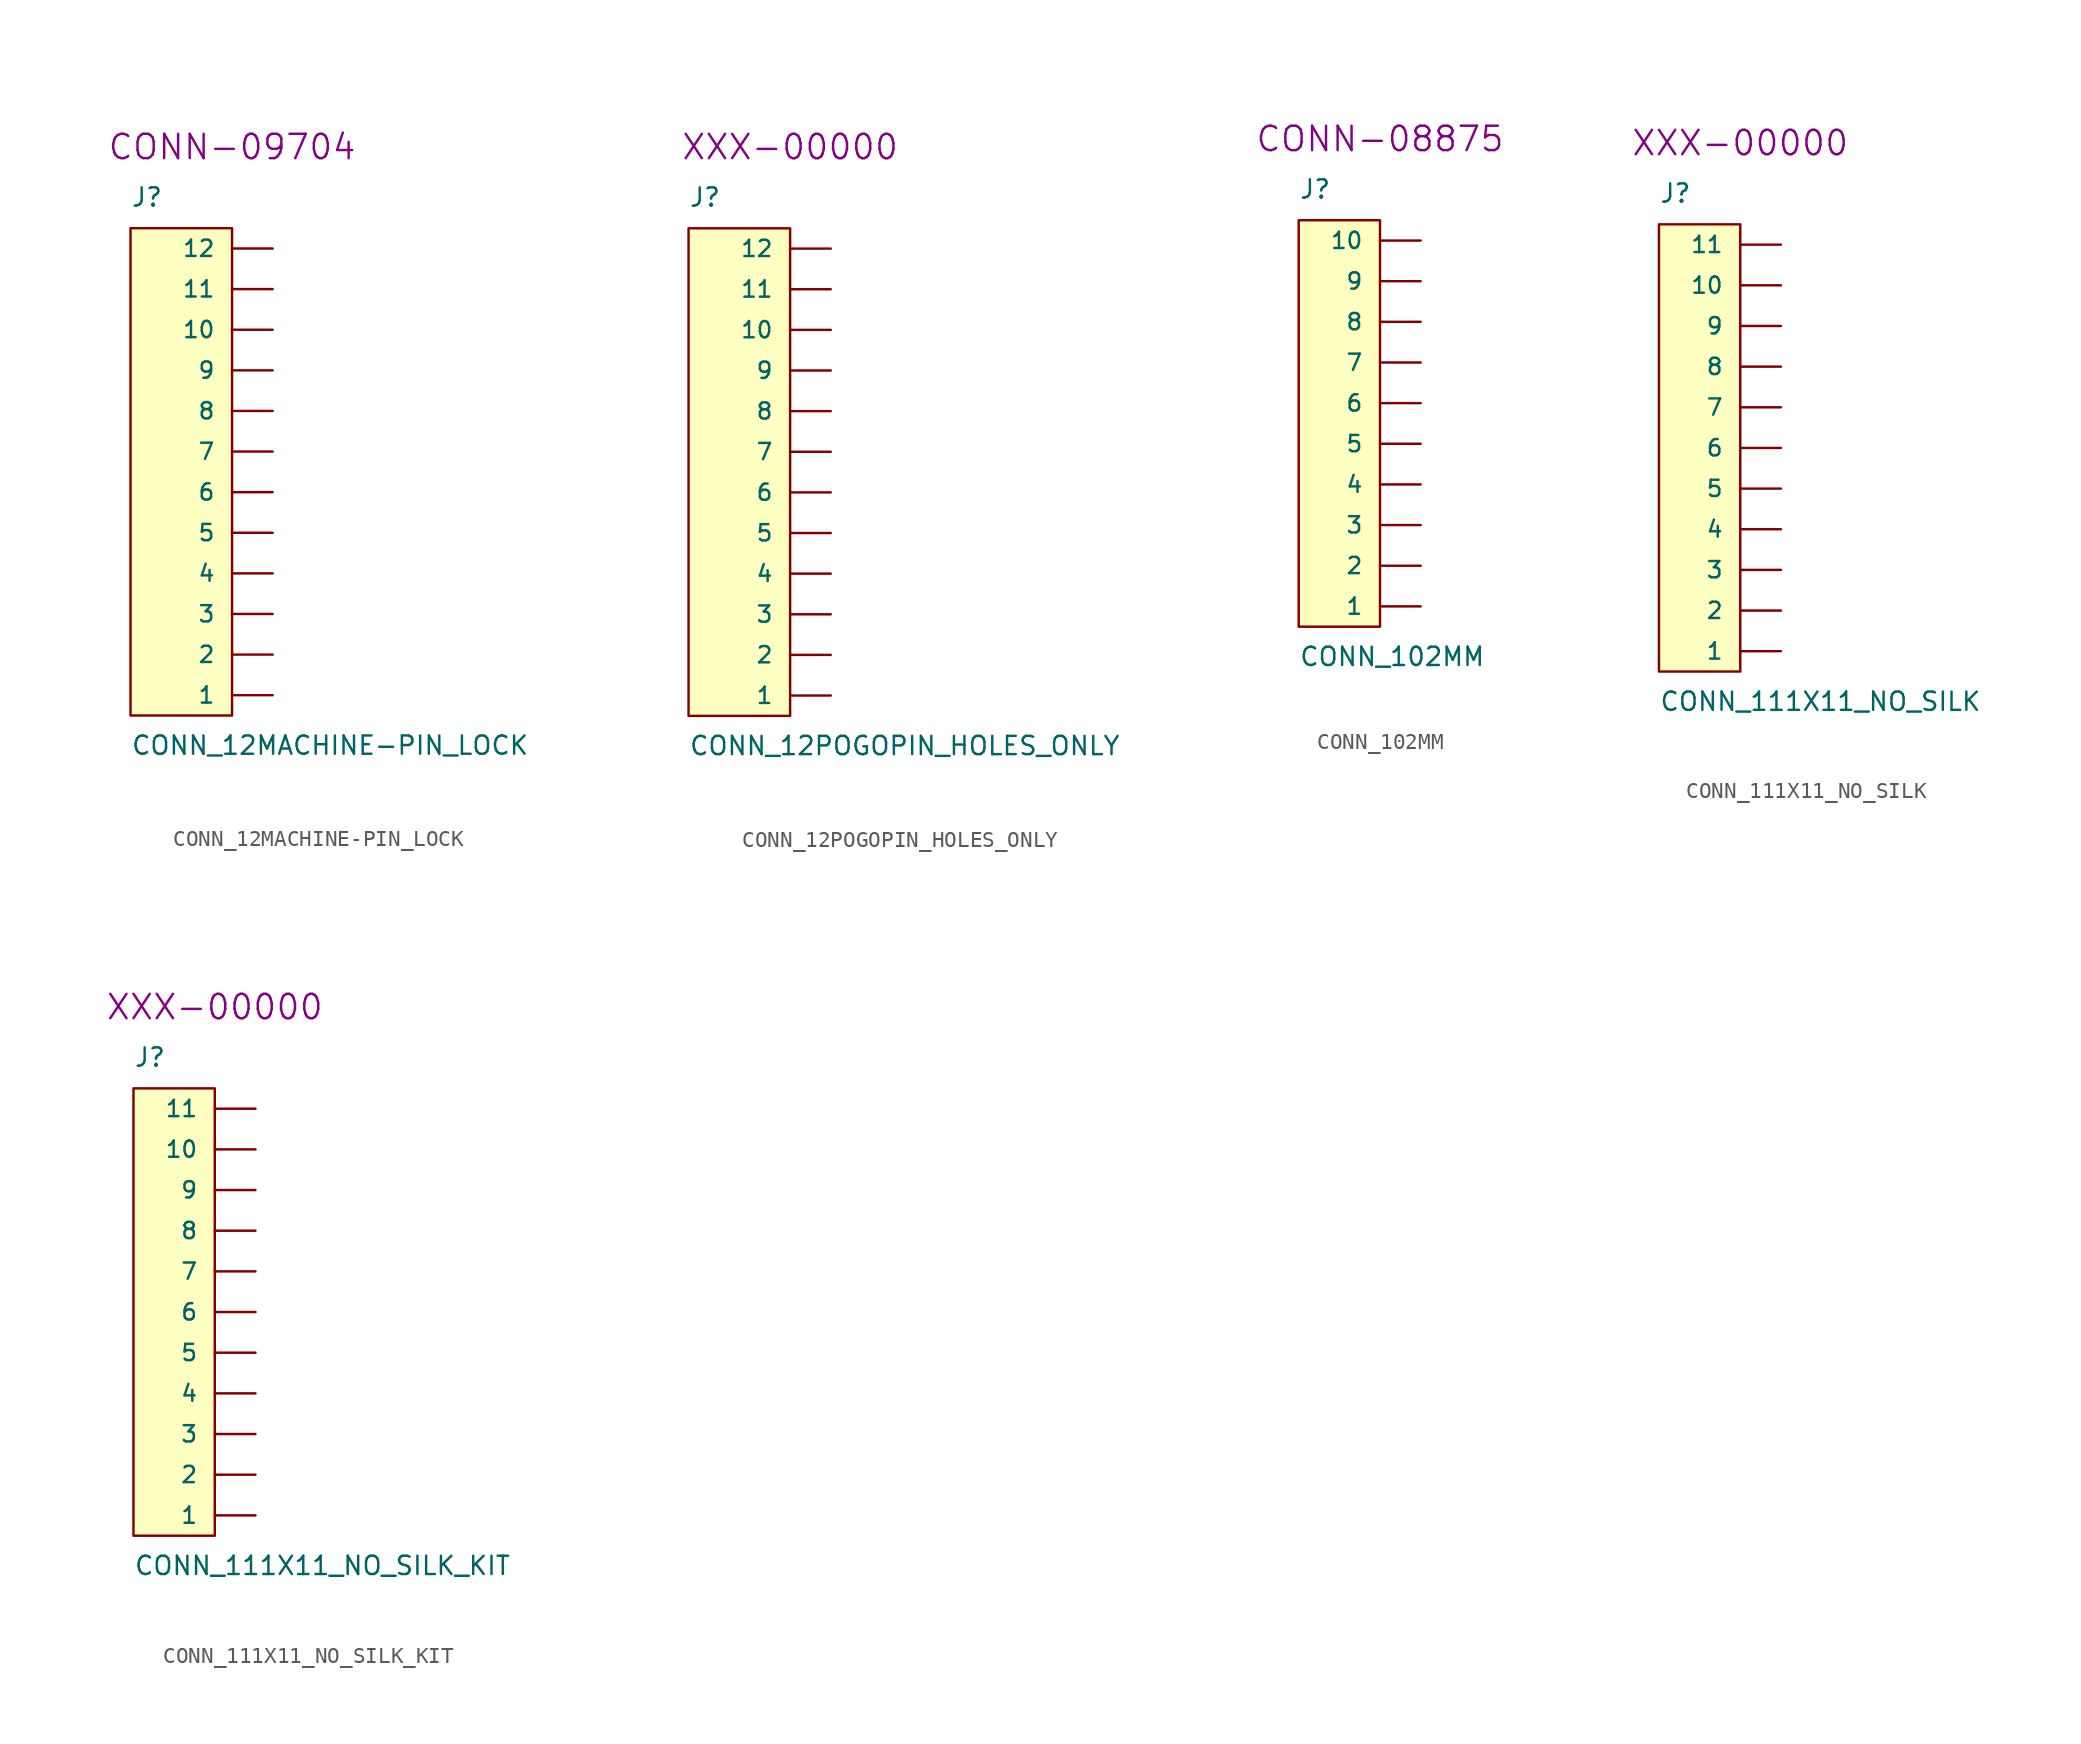
<source format=kicad_sym>
(kicad_symbol_lib
  (version 20201005)
  (generator kicad_symbol_editor)
  (symbol "CONN_12MACHINE-PIN_LOCK"
    (pin_numbers hide)
    (pin_names
      (offset 1.016))
    (property "Reference" "J"
      (at -6.35 30.48 0)
      (effects (font (size 1.143 1.143)) (justify left bottom)))
    (property "Value" "CONN_12MACHINE-PIN_LOCK"
      (at -6.35 -3.81 0)
      (effects (font (size 1.143 1.143)) (justify left bottom)))
    (property "Field4" "CONN-09704"
      (at 0 34.29 0)
      (effects (font (size 1.524 1.524))))
    (property "ki_locked" ""
      (at 0 0 0)
      (effects (font (size 1.27 1.27))))
    (symbol "CONN_12MACHINE-PIN_LOCK_0_1"
      (rectangle (start 0 -1.27) (end -6.35 29.21) (stroke (width 0)) (fill (type background))))
    (symbol "CONN_12MACHINE-PIN_LOCK_1_1"
      (pin passive line (at 2.54 0 180) (length 2.54) (name "1" (effects (font (size 1.016 1.016)))) (number "1" (effects (font (size 1.016 1.016)))))
      (pin passive line (at 2.54 2.54 180) (length 2.54) (name "2" (effects (font (size 1.016 1.016)))) (number "2" (effects (font (size 1.016 1.016)))))
      (pin passive line (at 2.54 5.08 180) (length 2.54) (name "3" (effects (font (size 1.016 1.016)))) (number "3" (effects (font (size 1.016 1.016)))))
      (pin passive line (at 2.54 7.62 180) (length 2.54) (name "4" (effects (font (size 1.016 1.016)))) (number "4" (effects (font (size 1.016 1.016)))))
      (pin passive line (at 2.54 10.16 180) (length 2.54) (name "5" (effects (font (size 1.016 1.016)))) (number "5" (effects (font (size 1.016 1.016)))))
      (pin passive line (at 2.54 12.7 180) (length 2.54) (name "6" (effects (font (size 1.016 1.016)))) (number "6" (effects (font (size 1.016 1.016)))))
      (pin passive line (at 2.54 15.24 180) (length 2.54) (name "7" (effects (font (size 1.016 1.016)))) (number "7" (effects (font (size 1.016 1.016)))))
      (pin passive line (at 2.54 17.78 180) (length 2.54) (name "8" (effects (font (size 1.016 1.016)))) (number "8" (effects (font (size 1.016 1.016)))))
      (pin passive line (at 2.54 20.32 180) (length 2.54) (name "9" (effects (font (size 1.016 1.016)))) (number "9" (effects (font (size 1.016 1.016)))))
      (pin passive line (at 2.54 22.86 180) (length 2.54) (name "10" (effects (font (size 1.016 1.016)))) (number "10" (effects (font (size 1.016 1.016)))))
      (pin passive line (at 2.54 25.4 180) (length 2.54) (name "11" (effects (font (size 1.016 1.016)))) (number "11" (effects (font (size 1.016 1.016)))))
      (pin passive line (at 2.54 27.94 180) (length 2.54) (name "12" (effects (font (size 1.016 1.016)))) (number "12" (effects (font (size 1.016 1.016)))))))
  (symbol "CONN_12POGOPIN_HOLES_ONLY"
    (pin_numbers hide)
    (pin_names
      (offset 1.016))
    (property "Reference" "J"
      (at -6.35 30.48 0)
      (effects (font (size 1.143 1.143)) (justify left bottom)))
    (property "Value" "CONN_12POGOPIN_HOLES_ONLY"
      (at -6.35 -3.81 0)
      (effects (font (size 1.143 1.143)) (justify left bottom)))
    (property "Field4" "XXX-00000"
      (at 0 34.29 0)
      (effects (font (size 1.524 1.524))))
    (property "ki_locked" ""
      (at 0 0 0)
      (effects (font (size 1.27 1.27))))
    (symbol "CONN_12POGOPIN_HOLES_ONLY_0_1"
      (rectangle (start 0 -1.27) (end -6.35 29.21) (stroke (width 0)) (fill (type background))))
    (symbol "CONN_12POGOPIN_HOLES_ONLY_1_1"
      (pin passive line (at 2.54 0 180) (length 2.54) (name "1" (effects (font (size 1.016 1.016)))) (number "1" (effects (font (size 1.016 1.016)))))
      (pin passive line (at 2.54 2.54 180) (length 2.54) (name "2" (effects (font (size 1.016 1.016)))) (number "2" (effects (font (size 1.016 1.016)))))
      (pin passive line (at 2.54 5.08 180) (length 2.54) (name "3" (effects (font (size 1.016 1.016)))) (number "3" (effects (font (size 1.016 1.016)))))
      (pin passive line (at 2.54 7.62 180) (length 2.54) (name "4" (effects (font (size 1.016 1.016)))) (number "4" (effects (font (size 1.016 1.016)))))
      (pin passive line (at 2.54 10.16 180) (length 2.54) (name "5" (effects (font (size 1.016 1.016)))) (number "5" (effects (font (size 1.016 1.016)))))
      (pin passive line (at 2.54 12.7 180) (length 2.54) (name "6" (effects (font (size 1.016 1.016)))) (number "6" (effects (font (size 1.016 1.016)))))
      (pin passive line (at 2.54 15.24 180) (length 2.54) (name "7" (effects (font (size 1.016 1.016)))) (number "7" (effects (font (size 1.016 1.016)))))
      (pin passive line (at 2.54 17.78 180) (length 2.54) (name "8" (effects (font (size 1.016 1.016)))) (number "8" (effects (font (size 1.016 1.016)))))
      (pin passive line (at 2.54 20.32 180) (length 2.54) (name "9" (effects (font (size 1.016 1.016)))) (number "9" (effects (font (size 1.016 1.016)))))
      (pin passive line (at 2.54 22.86 180) (length 2.54) (name "10" (effects (font (size 1.016 1.016)))) (number "10" (effects (font (size 1.016 1.016)))))
      (pin passive line (at 2.54 25.4 180) (length 2.54) (name "11" (effects (font (size 1.016 1.016)))) (number "11" (effects (font (size 1.016 1.016)))))
      (pin passive line (at 2.54 27.94 180) (length 2.54) (name "12" (effects (font (size 1.016 1.016)))) (number "12" (effects (font (size 1.016 1.016)))))))
  (symbol "CONN_102MM"
    (pin_numbers hide)
    (pin_names
      (offset 1.016))
    (property "Reference" "J"
      (at -5.08 25.4 0)
      (effects (font (size 1.143 1.143)) (justify left bottom)))
    (property "Value" "CONN_102MM"
      (at -5.08 -3.81 0)
      (effects (font (size 1.143 1.143)) (justify left bottom)))
    (property "Field4" "CONN-08875"
      (at 0 29.21 0)
      (effects (font (size 1.524 1.524))))
    (property "ki_locked" ""
      (at 0 0 0)
      (effects (font (size 1.27 1.27))))
    (symbol "CONN_102MM_0_1"
      (rectangle (start 0 -1.27) (end -5.08 24.13) (stroke (width 0)) (fill (type background))))
    (symbol "CONN_102MM_1_1"
      (pin passive line (at 2.54 0 180) (length 2.54) (name "1" (effects (font (size 1.016 1.016)))) (number "1" (effects (font (size 1.016 1.016)))))
      (pin passive line (at 2.54 2.54 180) (length 2.54) (name "2" (effects (font (size 1.016 1.016)))) (number "2" (effects (font (size 1.016 1.016)))))
      (pin passive line (at 2.54 5.08 180) (length 2.54) (name "3" (effects (font (size 1.016 1.016)))) (number "3" (effects (font (size 1.016 1.016)))))
      (pin passive line (at 2.54 7.62 180) (length 2.54) (name "4" (effects (font (size 1.016 1.016)))) (number "4" (effects (font (size 1.016 1.016)))))
      (pin passive line (at 2.54 10.16 180) (length 2.54) (name "5" (effects (font (size 1.016 1.016)))) (number "5" (effects (font (size 1.016 1.016)))))
      (pin passive line (at 2.54 12.7 180) (length 2.54) (name "6" (effects (font (size 1.016 1.016)))) (number "6" (effects (font (size 1.016 1.016)))))
      (pin passive line (at 2.54 15.24 180) (length 2.54) (name "7" (effects (font (size 1.016 1.016)))) (number "7" (effects (font (size 1.016 1.016)))))
      (pin passive line (at 2.54 17.78 180) (length 2.54) (name "8" (effects (font (size 1.016 1.016)))) (number "8" (effects (font (size 1.016 1.016)))))
      (pin passive line (at 2.54 20.32 180) (length 2.54) (name "9" (effects (font (size 1.016 1.016)))) (number "9" (effects (font (size 1.016 1.016)))))
      (pin passive line (at 2.54 22.86 180) (length 2.54) (name "10" (effects (font (size 1.016 1.016)))) (number "10" (effects (font (size 1.016 1.016)))))))
  (symbol "CONN_111X11_NO_SILK"
    (pin_numbers hide)
    (pin_names
      (offset 1.016))
    (property "Reference" "J"
      (at -5.08 27.94 0)
      (effects (font (size 1.143 1.143)) (justify left bottom)))
    (property "Value" "CONN_111X11_NO_SILK"
      (at -5.08 -3.81 0)
      (effects (font (size 1.143 1.143)) (justify left bottom)))
    (property "Field4" "XXX-00000"
      (at 0 31.75 0)
      (effects (font (size 1.524 1.524))))
    (property "ki_locked" ""
      (at 0 0 0)
      (effects (font (size 1.27 1.27))))
    (symbol "CONN_111X11_NO_SILK_0_1"
      (rectangle (start 0 -1.27) (end -5.08 26.67) (stroke (width 0)) (fill (type background))))
    (symbol "CONN_111X11_NO_SILK_1_1"
      (pin passive line (at 2.54 0 180) (length 2.54) (name "1" (effects (font (size 1.016 1.016)))) (number "1" (effects (font (size 1.016 1.016)))))
      (pin passive line (at 2.54 2.54 180) (length 2.54) (name "2" (effects (font (size 1.016 1.016)))) (number "2" (effects (font (size 1.016 1.016)))))
      (pin passive line (at 2.54 5.08 180) (length 2.54) (name "3" (effects (font (size 1.016 1.016)))) (number "3" (effects (font (size 1.016 1.016)))))
      (pin passive line (at 2.54 7.62 180) (length 2.54) (name "4" (effects (font (size 1.016 1.016)))) (number "4" (effects (font (size 1.016 1.016)))))
      (pin passive line (at 2.54 10.16 180) (length 2.54) (name "5" (effects (font (size 1.016 1.016)))) (number "5" (effects (font (size 1.016 1.016)))))
      (pin passive line (at 2.54 12.7 180) (length 2.54) (name "6" (effects (font (size 1.016 1.016)))) (number "6" (effects (font (size 1.016 1.016)))))
      (pin passive line (at 2.54 15.24 180) (length 2.54) (name "7" (effects (font (size 1.016 1.016)))) (number "7" (effects (font (size 1.016 1.016)))))
      (pin passive line (at 2.54 17.78 180) (length 2.54) (name "8" (effects (font (size 1.016 1.016)))) (number "8" (effects (font (size 1.016 1.016)))))
      (pin passive line (at 2.54 20.32 180) (length 2.54) (name "9" (effects (font (size 1.016 1.016)))) (number "9" (effects (font (size 1.016 1.016)))))
      (pin passive line (at 2.54 22.86 180) (length 2.54) (name "10" (effects (font (size 1.016 1.016)))) (number "10" (effects (font (size 1.016 1.016)))))
      (pin passive line (at 2.54 25.4 180) (length 2.54) (name "11" (effects (font (size 1.016 1.016)))) (number "11" (effects (font (size 1.016 1.016)))))))
  (symbol "CONN_111X11_NO_SILK_KIT"
    (pin_numbers hide)
    (pin_names
      (offset 1.016))
    (property "Reference" "J"
      (at -5.08 27.94 0)
      (effects (font (size 1.143 1.143)) (justify left bottom)))
    (property "Value" "CONN_111X11_NO_SILK_KIT"
      (at -5.08 -3.81 0)
      (effects (font (size 1.143 1.143)) (justify left bottom)))
    (property "Field4" "XXX-00000"
      (at 0 31.75 0)
      (effects (font (size 1.524 1.524))))
    (property "ki_locked" ""
      (at 0 0 0)
      (effects (font (size 1.27 1.27))))
    (symbol "CONN_111X11_NO_SILK_KIT_0_1"
      (rectangle (start 0 -1.27) (end -5.08 26.67) (stroke (width 0)) (fill (type background))))
    (symbol "CONN_111X11_NO_SILK_KIT_1_1"
      (pin passive line (at 2.54 0 180) (length 2.54) (name "1" (effects (font (size 1.016 1.016)))) (number "1" (effects (font (size 1.016 1.016)))))
      (pin passive line (at 2.54 2.54 180) (length 2.54) (name "2" (effects (font (size 1.016 1.016)))) (number "2" (effects (font (size 1.016 1.016)))))
      (pin passive line (at 2.54 5.08 180) (length 2.54) (name "3" (effects (font (size 1.016 1.016)))) (number "3" (effects (font (size 1.016 1.016)))))
      (pin passive line (at 2.54 7.62 180) (length 2.54) (name "4" (effects (font (size 1.016 1.016)))) (number "4" (effects (font (size 1.016 1.016)))))
      (pin passive line (at 2.54 10.16 180) (length 2.54) (name "5" (effects (font (size 1.016 1.016)))) (number "5" (effects (font (size 1.016 1.016)))))
      (pin passive line (at 2.54 12.7 180) (length 2.54) (name "6" (effects (font (size 1.016 1.016)))) (number "6" (effects (font (size 1.016 1.016)))))
      (pin passive line (at 2.54 15.24 180) (length 2.54) (name "7" (effects (font (size 1.016 1.016)))) (number "7" (effects (font (size 1.016 1.016)))))
      (pin passive line (at 2.54 17.78 180) (length 2.54) (name "8" (effects (font (size 1.016 1.016)))) (number "8" (effects (font (size 1.016 1.016)))))
      (pin passive line (at 2.54 20.32 180) (length 2.54) (name "9" (effects (font (size 1.016 1.016)))) (number "9" (effects (font (size 1.016 1.016)))))
      (pin passive line (at 2.54 22.86 180) (length 2.54) (name "10" (effects (font (size 1.016 1.016)))) (number "10" (effects (font (size 1.016 1.016)))))
      (pin passive line (at 2.54 25.4 180) (length 2.54) (name "11" (effects (font (size 1.016 1.016)))) (number "11" (effects (font (size 1.016 1.016))))))))
</source>
